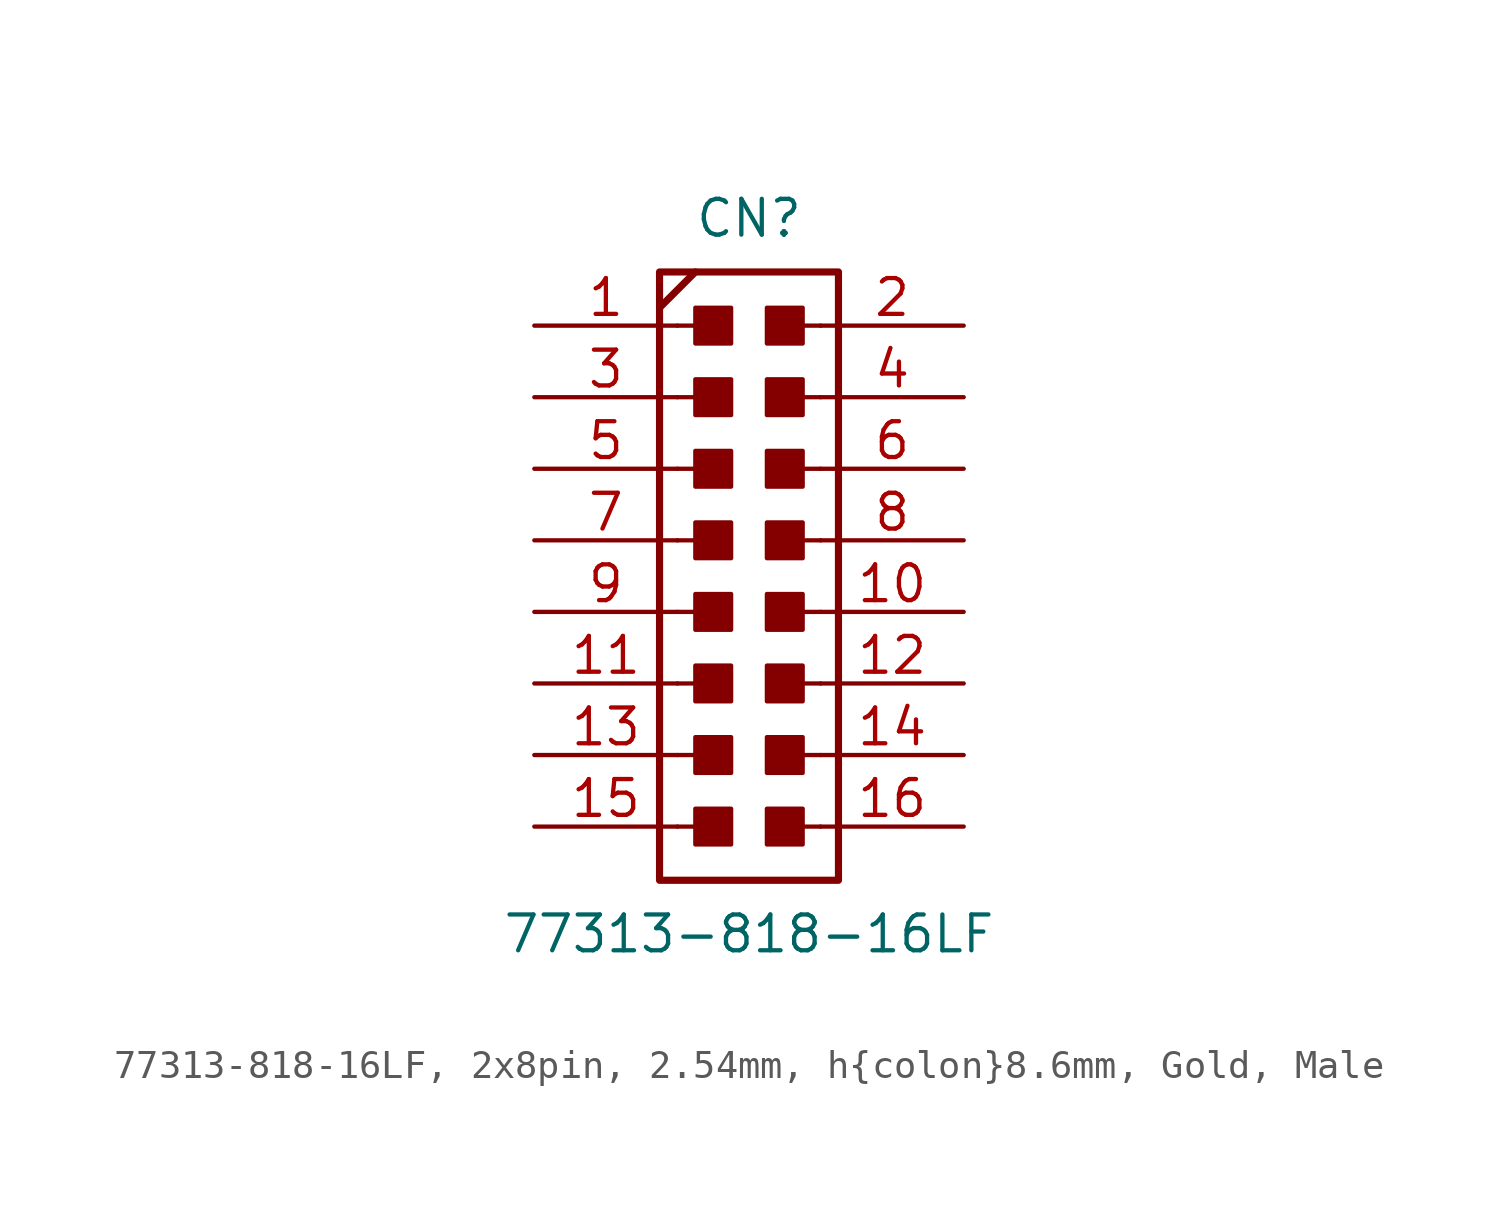
<source format=kicad_sym>
(kicad_symbol_lib
  (version 20241209)
  (generator "kicad_symbol_editor")
  (generator_version "9.0")
  (symbol "77313-818-16LF, 2x8pin, 2.54mm, h{colon}8.6mm, Gold, Male"
    (pin_names
      (offset 1.016)
      (hide yes))
    (property "Reference" "CN"
      (at 0 11.43 0)
      (effects (font (size 1.27 1.27))))
    (property "Value" "77313-818-16LF"
      (at 0 -13.97 0)
      (effects (font (size 1.27 1.27))))
    (symbol "77313-818-16LF, 2x8pin, 2.54mm, h{colon}8.6mm, Gold, Male_1_0"
      (polyline (pts (xy -3.175 8.255) (xy -1.905 9.525)) (stroke (width 0.254) (type default)) (fill (type none)))
      (polyline (pts (xy -2.54 7.62) (xy -1.27 7.62)) (stroke (width 0) (type default)) (fill (type none)))
      (polyline (pts (xy -2.54 5.08) (xy -1.27 5.08)) (stroke (width 0) (type default)) (fill (type none)))
      (polyline (pts (xy -2.54 2.54) (xy -1.27 2.54)) (stroke (width 0) (type default)) (fill (type none)))
      (polyline (pts (xy -2.54 0) (xy -1.27 0)) (stroke (width 0) (type default)) (fill (type none)))
      (polyline (pts (xy -2.54 -2.54) (xy -1.27 -2.54)) (stroke (width 0) (type default)) (fill (type none)))
      (polyline (pts (xy -2.54 -5.08) (xy -1.27 -5.08)) (stroke (width 0) (type default)) (fill (type none)))
      (polyline (pts (xy -2.54 -7.62) (xy -1.27 -7.62)) (stroke (width 0) (type default)) (fill (type none)))
      (polyline (pts (xy -2.54 -10.16) (xy -1.27 -10.16)) (stroke (width 0) (type default)) (fill (type none)))
      (polyline (pts (xy 2.54 7.62) (xy 1.27 7.62)) (stroke (width 0) (type default)) (fill (type none)))
      (polyline (pts (xy 2.54 5.08) (xy 1.27 5.08)) (stroke (width 0) (type default)) (fill (type none)))
      (polyline (pts (xy 2.54 2.54) (xy 1.27 2.54)) (stroke (width 0) (type default)) (fill (type none)))
      (polyline (pts (xy 2.54 0) (xy 1.27 0)) (stroke (width 0) (type default)) (fill (type none)))
      (polyline (pts (xy 2.54 -2.54) (xy 1.27 -2.54)) (stroke (width 0) (type default)) (fill (type none)))
      (polyline (pts (xy 2.54 -5.08) (xy 1.27 -5.08)) (stroke (width 0) (type default)) (fill (type none)))
      (polyline (pts (xy 2.54 -7.62) (xy 1.27 -7.62)) (stroke (width 0) (type default)) (fill (type none)))
      (polyline (pts (xy 2.54 -10.16) (xy 1.27 -10.16)) (stroke (width 0) (type default)) (fill (type none))))
    (symbol "77313-818-16LF, 2x8pin, 2.54mm, h{colon}8.6mm, Gold, Male_1_1"
      (rectangle (start -3.175 9.525) (end 3.175 -12.065) (stroke (width 0.254) (type default)) (fill (type none)))
      (rectangle (start -1.905 6.985) (end -0.635 8.255) (stroke (width 0) (type default)) (fill (type outline)))
      (rectangle (start -1.905 4.445) (end -0.635 5.715) (stroke (width 0) (type default)) (fill (type outline)))
      (rectangle (start -1.905 1.905) (end -0.635 3.175) (stroke (width 0) (type default)) (fill (type outline)))
      (rectangle (start -1.905 -0.635) (end -0.635 0.635) (stroke (width 0) (type default)) (fill (type outline)))
      (rectangle (start -1.905 -3.175) (end -0.635 -1.905) (stroke (width 0) (type default)) (fill (type outline)))
      (rectangle (start -1.905 -5.715) (end -0.635 -4.445) (stroke (width 0) (type default)) (fill (type outline)))
      (rectangle (start -1.905 -8.255) (end -0.635 -6.985) (stroke (width 0) (type default)) (fill (type outline)))
      (rectangle (start -1.905 -10.795) (end -0.635 -9.525) (stroke (width 0) (type default)) (fill (type outline)))
      (rectangle (start 0.635 6.985) (end 1.905 8.255) (stroke (width 0) (type default)) (fill (type outline)))
      (rectangle (start 0.635 4.445) (end 1.905 5.715) (stroke (width 0) (type default)) (fill (type outline)))
      (rectangle (start 0.635 1.905) (end 1.905 3.175) (stroke (width 0) (type default)) (fill (type outline)))
      (rectangle (start 0.635 -0.635) (end 1.905 0.635) (stroke (width 0) (type default)) (fill (type outline)))
      (rectangle (start 0.635 -3.175) (end 1.905 -1.905) (stroke (width 0) (type default)) (fill (type outline)))
      (rectangle (start 0.635 -5.715) (end 1.905 -4.445) (stroke (width 0) (type default)) (fill (type outline)))
      (rectangle (start 0.635 -8.255) (end 1.905 -6.985) (stroke (width 0) (type default)) (fill (type outline)))
      (rectangle (start 0.635 -10.795) (end 1.905 -9.525) (stroke (width 0) (type default)) (fill (type outline)))
      (pin passive line (at -7.62 7.62 0) (length 5.08) (name "1" (effects (font (size 1.27 1.27)))) (number "1" (effects (font (size 1.27 1.27)))))
      (pin passive line (at -7.62 5.08 0) (length 5.08) (name "3" (effects (font (size 1.27 1.27)))) (number "3" (effects (font (size 1.27 1.27)))))
      (pin passive line (at -7.62 2.54 0) (length 5.08) (name "5" (effects (font (size 1.27 1.27)))) (number "5" (effects (font (size 1.27 1.27)))))
      (pin passive line (at -7.62 0 0) (length 5.08) (name "7" (effects (font (size 1.27 1.27)))) (number "7" (effects (font (size 1.27 1.27)))))
      (pin passive line (at -7.62 -2.54 0) (length 5.08) (name "9" (effects (font (size 1.27 1.27)))) (number "9" (effects (font (size 1.27 1.27)))))
      (pin passive line (at -7.62 -5.08 0) (length 5.08) (name "11" (effects (font (size 1.27 1.27)))) (number "11" (effects (font (size 1.27 1.27)))))
      (pin passive line (at -7.62 -7.62 0) (length 5.08) (name "13" (effects (font (size 1.27 1.27)))) (number "13" (effects (font (size 1.27 1.27)))))
      (pin passive line (at -7.62 -10.16 0) (length 5.08) (name "15" (effects (font (size 1.27 1.27)))) (number "15" (effects (font (size 1.27 1.27)))))
      (pin passive line (at 7.62 7.62 180) (length 5.08) (name "2" (effects (font (size 1.27 1.27)))) (number "2" (effects (font (size 1.27 1.27)))))
      (pin passive line (at 7.62 5.08 180) (length 5.08) (name "4" (effects (font (size 1.27 1.27)))) (number "4" (effects (font (size 1.27 1.27)))))
      (pin passive line (at 7.62 2.54 180) (length 5.08) (name "6" (effects (font (size 1.27 1.27)))) (number "6" (effects (font (size 1.27 1.27)))))
      (pin passive line (at 7.62 0 180) (length 5.08) (name "8" (effects (font (size 1.27 1.27)))) (number "8" (effects (font (size 1.27 1.27)))))
      (pin passive line (at 7.62 -2.54 180) (length 5.08) (name "10" (effects (font (size 1.27 1.27)))) (number "10" (effects (font (size 1.27 1.27)))))
      (pin passive line (at 7.62 -5.08 180) (length 5.08) (name "12" (effects (font (size 1.27 1.27)))) (number "12" (effects (font (size 1.27 1.27)))))
      (pin passive line (at 7.62 -7.62 180) (length 5.08) (name "14" (effects (font (size 1.27 1.27)))) (number "14" (effects (font (size 1.27 1.27)))))
      (pin passive line (at 7.62 -10.16 180) (length 5.08) (name "16" (effects (font (size 1.27 1.27)))) (number "16" (effects (font (size 1.27 1.27))))))))
</source>
